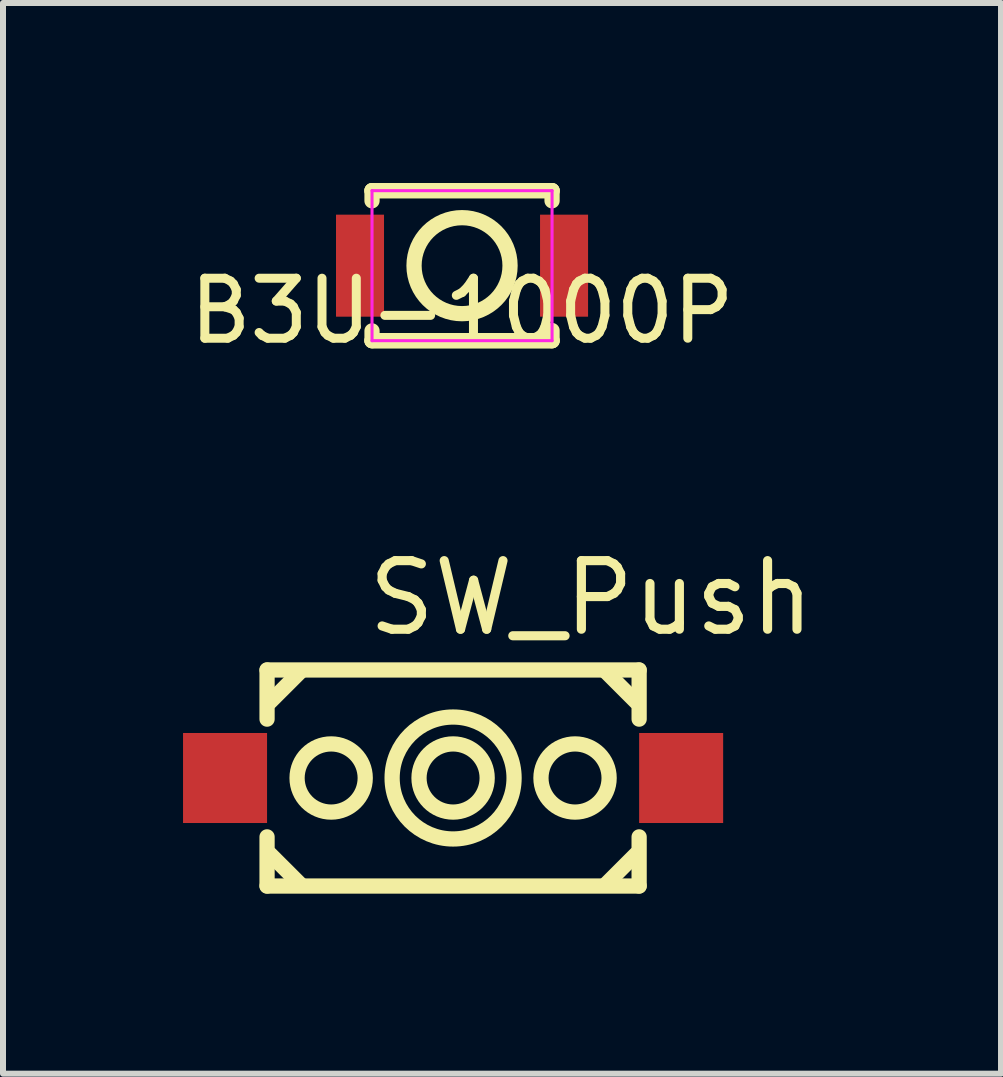
<source format=kicad_pcb>
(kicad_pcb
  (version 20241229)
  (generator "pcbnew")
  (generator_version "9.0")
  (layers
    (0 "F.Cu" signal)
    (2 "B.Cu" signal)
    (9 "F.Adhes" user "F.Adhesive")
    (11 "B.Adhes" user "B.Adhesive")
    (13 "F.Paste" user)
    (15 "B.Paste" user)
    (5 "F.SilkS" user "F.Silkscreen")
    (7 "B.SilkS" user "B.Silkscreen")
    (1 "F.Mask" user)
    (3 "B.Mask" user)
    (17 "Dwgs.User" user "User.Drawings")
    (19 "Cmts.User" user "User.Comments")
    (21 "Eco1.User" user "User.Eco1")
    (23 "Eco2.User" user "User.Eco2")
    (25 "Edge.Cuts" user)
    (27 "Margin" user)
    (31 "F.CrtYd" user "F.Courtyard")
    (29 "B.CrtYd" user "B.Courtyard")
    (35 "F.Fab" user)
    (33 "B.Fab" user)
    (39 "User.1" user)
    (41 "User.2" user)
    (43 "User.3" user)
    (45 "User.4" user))
  (footprint "B3U-1000P"
    (layer "F.Cu")
    (at 4.649 1.377)
    (property "Reference" "B3U-1000P" (at 0 0.754 0) (layer "F.SilkS") (effects (font (size 1 1) (thickness 0.15))))
    (attr smd)
    (fp_line (start -1.5 -1.25) (end 1.5 -1.25) (stroke (width 0.254) (type solid)) (layer "F.SilkS"))
    (fp_line (start -1.5 -1.25) (end 1.5 -1.25) (stroke (width 0.254) (type solid)) (layer "F.SilkS"))
    (fp_line (start -1.5 -1.081) (end -1.5 -1.25) (stroke (width 0.254) (type solid)) (layer "F.SilkS"))
    (fp_line (start -1.5 1.25) (end -1.5 1.087) (stroke (width 0.254) (type solid)) (layer "F.SilkS"))
    (fp_line (start -1.5 1.25) (end 1.5 1.25) (stroke (width 0.254) (type solid)) (layer "F.SilkS"))
    (fp_line (start 1.5 -1.25) (end 1.5 -1.081) (stroke (width 0.254) (type solid)) (layer "F.SilkS"))
    (fp_line (start 1.5 1.081) (end 1.5 1.25) (stroke (width 0.254) (type solid)) (layer "F.SilkS"))
    (fp_line (start 1.5 1.25) (end -1.5 1.25) (stroke (width 0.254) (type solid)) (layer "F.SilkS"))
    (fp_circle (center 0 0) (end 0.8 0) (stroke (width 0.254) (type solid)) (fill no) (layer "F.SilkS"))
    (fp_poly (pts (xy -2 0.7) (xy -2 -0.7) (xy -1.4 -0.7) (xy -1.4 0.7)) (stroke (width 0.005) (type solid)) (fill no) (layer "Eco2.User"))
    (fp_poly (pts (xy 1.4 0.7) (xy 1.4 -0.7) (xy 2 -0.7) (xy 2 0.7)) (stroke (width 0.005) (type solid)) (fill no) (layer "Eco2.User"))
    (fp_poly (pts (xy -1.94 -1.25) (xy -1.941 -1.262) (xy -1.945 -1.273) (xy -1.95 -1.283) (xy -1.958 -1.292) (xy -1.967 -1.3) (xy -1.977 -1.305) (xy -1.988 -1.309) (xy -2 -1.31) (xy -2.012 -1.309) (xy -2.023 -1.305) (xy -2.033 -1.3) (xy -2.042 -1.292) (xy -2.05 -1.283) (xy -2.055 -1.273) (xy -2.059 -1.262) (xy -2.06 -1.25) (xy -2.059 -1.238) (xy -2.055 -1.227) (xy -2.05 -1.217) (xy -2.042 -1.208) (xy -2.033 -1.2) (xy -2.023 -1.195) (xy -2.012 -1.191) (xy -2 -1.19) (xy -1.988 -1.191) (xy -1.977 -1.195) (xy -1.967 -1.2) (xy -1.958 -1.208) (xy -1.95 -1.217) (xy -1.945 -1.227) (xy -1.941 -1.238)) (stroke (width 0.005) (type solid)) (fill no) (layer "Eco2.User"))
    (fp_line (start -1.5 -1.25) (end 1.5 -1.25) (stroke (width 0.051) (type solid)) (layer "F.CrtYd"))
    (fp_line (start -1.5 1.25) (end -1.5 -1.25) (stroke (width 0.051) (type solid)) (layer "F.CrtYd"))
    (fp_line (start 1.5 -1.25) (end 1.5 1.25) (stroke (width 0.051) (type solid)) (layer "F.CrtYd"))
    (fp_line (start 1.5 1.25) (end -1.5 1.25) (stroke (width 0.051) (type solid)) (layer "F.CrtYd"))
    (pad "1" smd rect (at -1.7 0) (size 0.8 1.7) (layers "F.Cu" "F.Mask" "F.Paste"))
    (pad "2" smd rect (at 1.7 0) (size 0.8 1.7) (layers "F.Cu" "F.Mask" "F.Paste")))
  (footprint "SW_Push"
    (layer "F.Cu")
    (at 4.5 9.914)
    (property "Reference" "SW_Push" (at -1.5 -3 0) (layer "F.SilkS") (effects (font (size 1.143 1.143) (thickness 0.152)) (justify left)))
    (attr smd)
    (fp_line (start -3.1 -1.8) (end -3.1 -0.981) (stroke (width 0.254) (type solid)) (layer "F.SilkS"))
    (fp_line (start -3.1 -1.8) (end 3.1 -1.8) (stroke (width 0.254) (type solid)) (layer "F.SilkS"))
    (fp_line (start -3.1 0.981) (end -3.1 1.8) (stroke (width 0.254) (type solid)) (layer "F.SilkS"))
    (fp_line (start -3.048 -1.27) (end -2.54 -1.778) (stroke (width 0.254) (type solid)) (layer "F.SilkS"))
    (fp_line (start -3.048 1.27) (end -2.54 1.778) (stroke (width 0.254) (type solid)) (layer "F.SilkS"))
    (fp_line (start 2.54 -1.778) (end 3.048 -1.27) (stroke (width 0.254) (type solid)) (layer "F.SilkS"))
    (fp_line (start 2.54 1.778) (end 3.048 1.27) (stroke (width 0.254) (type solid)) (layer "F.SilkS"))
    (fp_line (start 3.1 -1.8) (end 3.1 -0.981) (stroke (width 0.254) (type solid)) (layer "F.SilkS"))
    (fp_line (start 3.1 0.981) (end 3.1 1.8) (stroke (width 0.254) (type solid)) (layer "F.SilkS"))
    (fp_line (start 3.1 1.8) (end -3.1 1.8) (stroke (width 0.254) (type solid)) (layer "F.SilkS"))
    (fp_circle (center -2.032 0) (end -1.464 0) (stroke (width 0.254) (type solid)) (fill no) (layer "F.SilkS"))
    (fp_circle (center 0 0) (end 0.568 0) (stroke (width 0.254) (type solid)) (fill no) (layer "F.SilkS"))
    (fp_circle (center 0 0) (end 1.016 0) (stroke (width 0.254) (type solid)) (fill no) (layer "F.SilkS"))
    (fp_circle (center 2.032 0) (end 2.6 0) (stroke (width 0.254) (type solid)) (fill no) (layer "F.SilkS"))
    (pad "1" smd rect (at -3.8 0 90) (size 1.5 1.4) (layers "F.Cu" "F.Mask" "F.Paste"))
    (pad "2" smd rect (at 3.8 0 90) (size 1.5 1.4) (layers "F.Cu" "F.Mask" "F.Paste")))
  (gr_rect
    (start -3 -3)
    (end 13.63 14.841)
    (stroke (width 0.1) (type default))
    (fill no)
    (layer "Edge.Cuts")))
</source>
